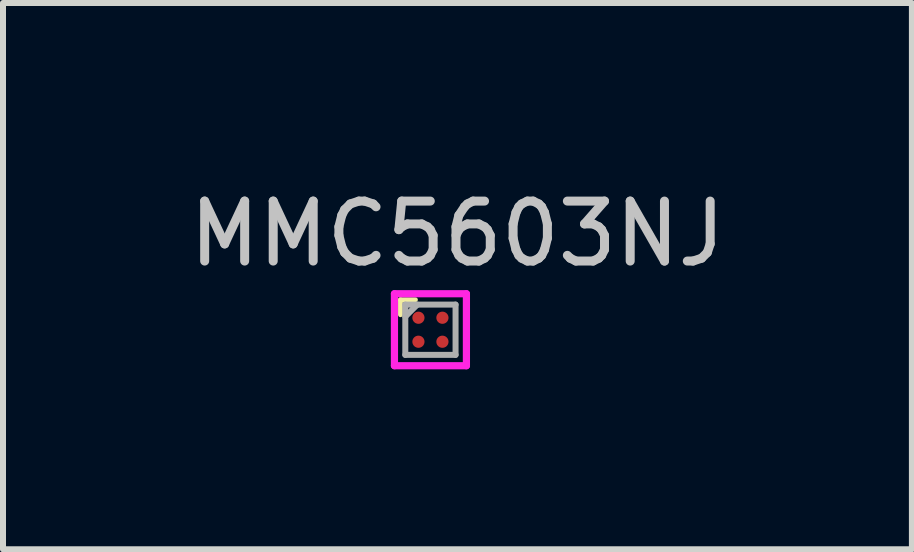
<source format=kicad_pcb>
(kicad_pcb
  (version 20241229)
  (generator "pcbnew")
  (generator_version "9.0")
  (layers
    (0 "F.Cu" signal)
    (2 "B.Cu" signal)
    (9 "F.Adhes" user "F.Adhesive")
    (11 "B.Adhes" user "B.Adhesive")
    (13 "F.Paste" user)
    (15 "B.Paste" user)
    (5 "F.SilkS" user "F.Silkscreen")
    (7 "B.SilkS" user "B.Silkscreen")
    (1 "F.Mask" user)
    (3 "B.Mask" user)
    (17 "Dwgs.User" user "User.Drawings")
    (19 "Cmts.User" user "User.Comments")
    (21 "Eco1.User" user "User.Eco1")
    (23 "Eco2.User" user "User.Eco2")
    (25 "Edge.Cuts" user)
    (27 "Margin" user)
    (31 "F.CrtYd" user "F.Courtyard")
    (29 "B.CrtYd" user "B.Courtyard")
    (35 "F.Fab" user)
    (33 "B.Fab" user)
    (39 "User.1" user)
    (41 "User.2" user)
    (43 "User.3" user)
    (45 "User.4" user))
  (footprint "MMC5603NJ"
    (layer "F.Cu")
    (at 4.127 2.448)
    (property "Reference" "MMC5603NJ" (at 0.45 -1.6 0) (layer "Dwgs.User") (effects (font (size 1 1) (thickness 0.15))))
    (attr through_hole)
    (fp_line (start -0.5 -0.5) (end -0.5 -0.25) (stroke (width 0.08) (type solid)) (layer "F.SilkS"))
    (fp_line (start -0.25 -0.5) (end -0.5 -0.5) (stroke (width 0.08) (type solid)) (layer "F.SilkS"))
    (fp_line (start -0.6 -0.6) (end 0.6 -0.6) (stroke (width 0.12) (type solid)) (layer "F.CrtYd"))
    (fp_line (start -0.6 0.6) (end -0.6 -0.6) (stroke (width 0.12) (type solid)) (layer "F.CrtYd"))
    (fp_line (start 0.6 -0.6) (end 0.6 0.6) (stroke (width 0.12) (type solid)) (layer "F.CrtYd"))
    (fp_line (start 0.6 0.6) (end -0.6 0.6) (stroke (width 0.12) (type solid)) (layer "F.CrtYd"))
    (fp_line (start -0.419 -0.419) (end -0.419 0.419) (stroke (width 0.1) (type solid)) (layer "F.Fab"))
    (fp_line (start -0.419 0.419) (end 0.419 0.419) (stroke (width 0.1) (type solid)) (layer "F.Fab"))
    (fp_line (start -0.219 -0.419) (end -0.419 -0.219) (stroke (width 0.1) (type solid)) (layer "F.Fab"))
    (fp_line (start 0.419 -0.419) (end -0.419 -0.419) (stroke (width 0.1) (type solid)) (layer "F.Fab"))
    (fp_line (start 0.419 0.419) (end 0.419 -0.419) (stroke (width 0.1) (type solid)) (layer "F.Fab"))
    (pad "A1" smd circle (at -0.2 -0.2) (size 0.203 0.203) (layers "F.Cu" "F.Mask" "F.Paste"))
    (pad "A2" smd circle (at 0.2 -0.2) (size 0.203 0.203) (layers "F.Cu" "F.Mask" "F.Paste"))
    (pad "B1" smd circle (at -0.2 0.2) (size 0.203 0.203) (layers "F.Cu" "F.Mask" "F.Paste"))
    (pad "B2" smd circle (at 0.2 0.2) (size 0.203 0.203) (layers "F.Cu" "F.Mask" "F.Paste")))
  (gr_rect
    (start -3 -3)
    (end 12.155 6.108)
    (stroke (width 0.1) (type default))
    (fill no)
    (layer "Edge.Cuts")))
</source>
